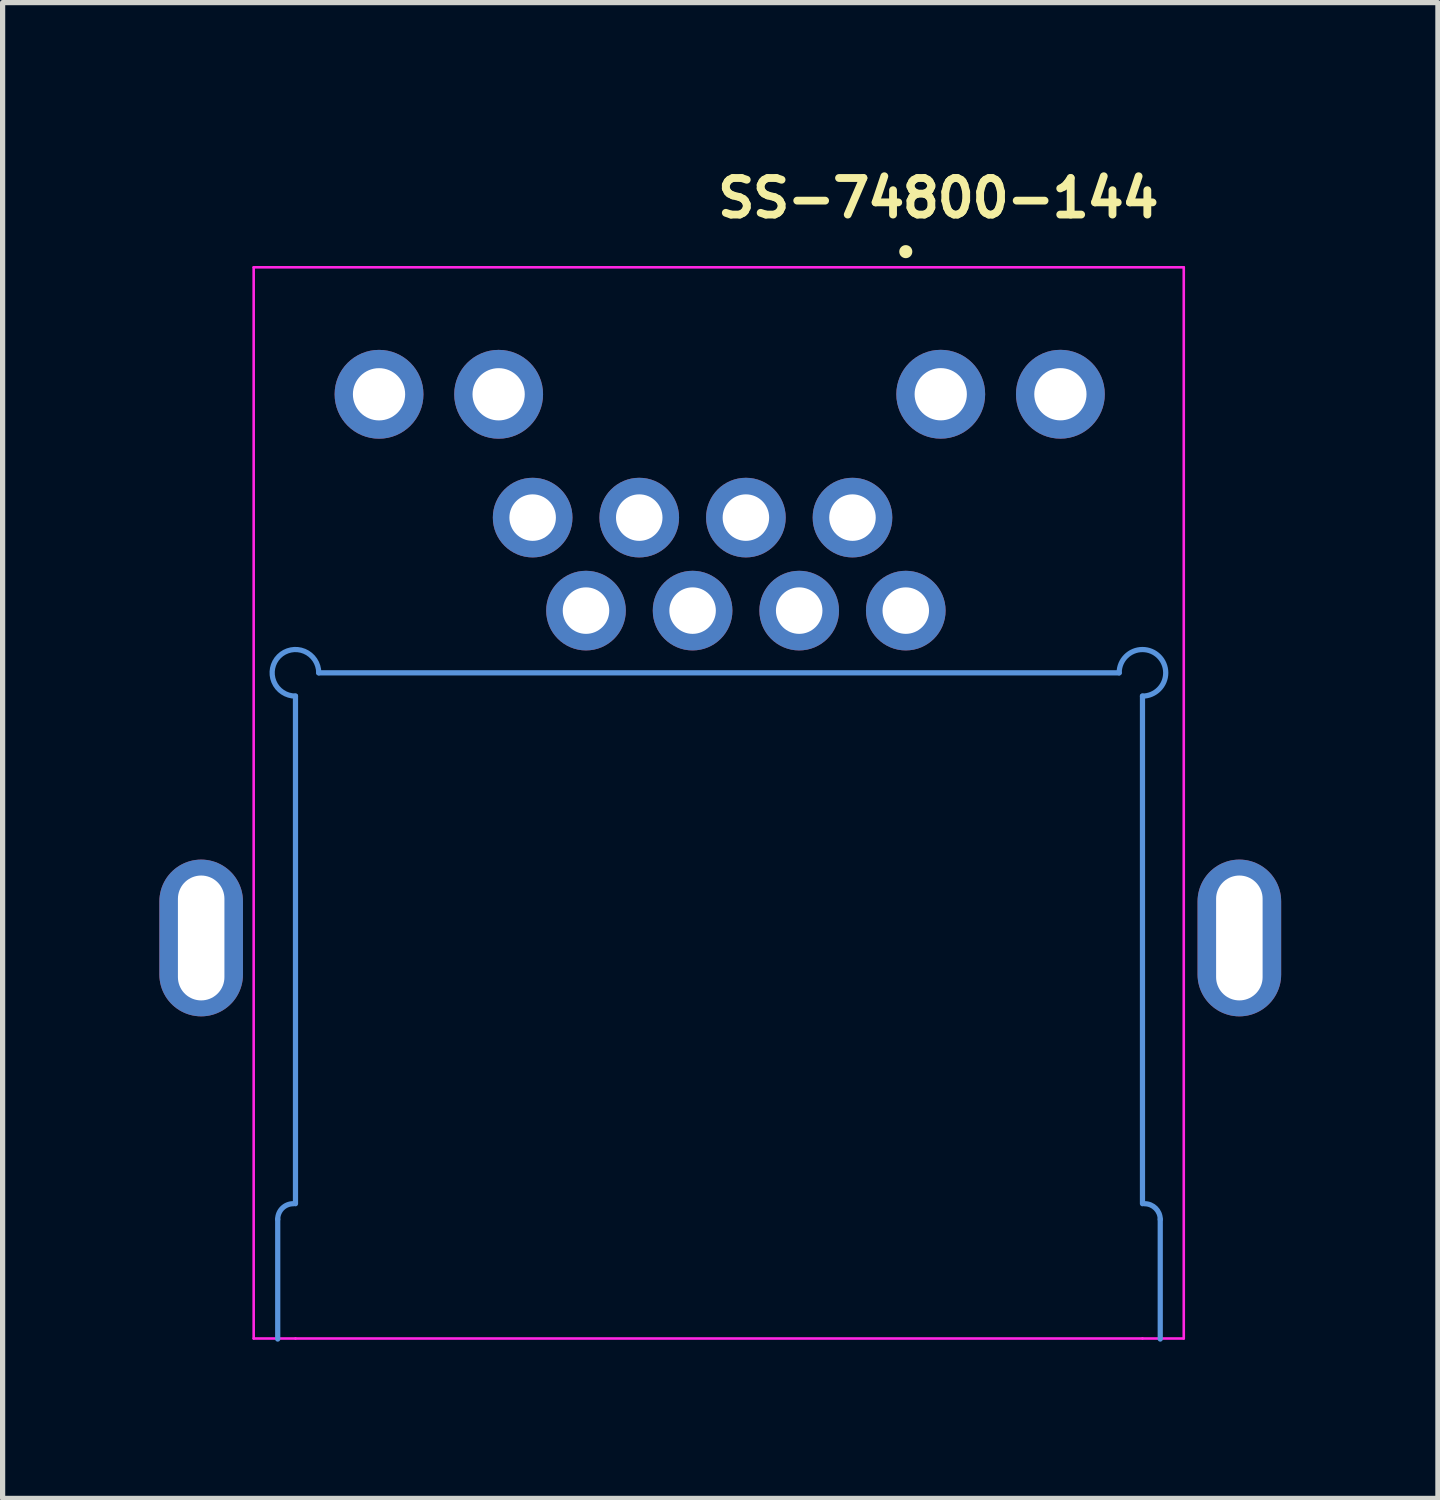
<source format=kicad_pcb>
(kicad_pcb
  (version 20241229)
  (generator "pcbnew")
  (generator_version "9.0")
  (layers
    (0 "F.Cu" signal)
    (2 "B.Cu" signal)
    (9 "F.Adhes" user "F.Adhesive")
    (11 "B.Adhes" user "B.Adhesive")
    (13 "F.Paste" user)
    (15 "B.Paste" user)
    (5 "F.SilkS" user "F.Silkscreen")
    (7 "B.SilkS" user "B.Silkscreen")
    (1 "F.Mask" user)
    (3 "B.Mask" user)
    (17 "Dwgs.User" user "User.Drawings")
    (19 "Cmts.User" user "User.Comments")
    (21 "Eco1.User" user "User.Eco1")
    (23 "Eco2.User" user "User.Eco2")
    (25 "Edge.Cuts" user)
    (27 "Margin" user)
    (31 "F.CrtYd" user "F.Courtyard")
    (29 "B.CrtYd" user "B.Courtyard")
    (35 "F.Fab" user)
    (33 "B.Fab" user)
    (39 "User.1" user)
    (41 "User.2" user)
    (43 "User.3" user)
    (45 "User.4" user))
  (footprint "SS-74800-144"
    (layer "F.Cu")
    (at 14.285 8.636)
    (property "Reference" "SS-74800-144" (at -3.676 -7.486 0) (layer "F.SilkS") (effects (font (size 0.7 0.7) (thickness 0.15)) (justify left bottom)))
    (attr through_hole)
    (fp_circle (center 0 -6.87) (end 0.05 -6.87) (stroke (width 0.15) (type solid)) (fill yes) (layer "F.SilkS"))
    (fp_line (start -12.02 13.941) (end -12.02 11.65) (stroke (width 0.1) (type solid)) (layer "Cmts.User"))
    (fp_line (start -11.68 11.351) (end -11.68 1.636) (stroke (width 0.1) (type solid)) (layer "Cmts.User"))
    (fp_line (start -11.235 1.191) (end 4.084 1.191) (stroke (width 0.1) (type solid)) (layer "Cmts.User"))
    (fp_line (start 4.53 1.636) (end 4.53 11.351) (stroke (width 0.1) (type solid)) (layer "Cmts.User"))
    (fp_line (start 4.87 11.65) (end 4.87 13.941) (stroke (width 0.1) (type solid)) (layer "Cmts.User"))
    (fp_arc (start -12.02 11.65) (mid -11.933 11.438) (end -11.721 11.351) (stroke (width 0.1) (type solid)) (layer "Cmts.User"))
    (fp_arc (start -11.68 1.636) (mid -11.996 0.875) (end -11.235 1.191) (stroke (width 0.1) (type solid)) (layer "Cmts.User"))
    (fp_arc (start 4.084 1.191) (mid 4.844 0.875) (end 4.53 1.636) (stroke (width 0.1) (type solid)) (layer "Cmts.User"))
    (fp_arc (start 4.57 11.351) (mid 4.781 11.438) (end 4.87 11.65) (stroke (width 0.1) (type solid)) (layer "Cmts.User"))
    (fp_line (start -11.721 11.351) (end -11.68 11.351) (stroke (width 0.1) (type solid)) (layer "Margin"))
    (fp_line (start 4.53 11.351) (end 4.57 11.351) (stroke (width 0.1) (type solid)) (layer "Margin"))
    (fp_line (start -12.48 -6.57) (end 5.32 -6.57) (stroke (width 0.05) (type solid)) (layer "F.CrtYd"))
    (fp_line (start -12.48 13.93) (end -12.48 -6.57) (stroke (width 0.05) (type solid)) (layer "F.CrtYd"))
    (fp_line (start -12.02 13.93) (end -12.48 13.93) (stroke (width 0.05) (type solid)) (layer "F.CrtYd"))
    (fp_line (start -11.68 13.93) (end -12.02 13.93) (stroke (width 0.05) (type solid)) (layer "F.CrtYd"))
    (fp_line (start 4.53 13.93) (end -11.68 13.93) (stroke (width 0.05) (type solid)) (layer "F.CrtYd"))
    (fp_line (start 4.87 13.93) (end 4.53 13.93) (stroke (width 0.05) (type solid)) (layer "F.CrtYd"))
    (fp_line (start 4.87 13.93) (end 5.32 13.93) (stroke (width 0.05) (type solid)) (layer "F.CrtYd"))
    (fp_line (start 5.32 13.93) (end 5.32 -6.57) (stroke (width 0.05) (type solid)) (layer "F.CrtYd"))
    (pad "1" thru_hole circle (at 0 0) (size 1.524 1.524) (drill 0.89) (layers "*.Cu" "*.Mask"))
    (pad "2" thru_hole circle (at -1.02 -1.78) (size 1.524 1.524) (drill 0.89) (layers "*.Cu" "*.Mask"))
    (pad "3" thru_hole circle (at -2.04 0) (size 1.524 1.524) (drill 0.89) (layers "*.Cu" "*.Mask"))
    (pad "4" thru_hole circle (at -3.06 -1.78) (size 1.524 1.524) (drill 0.89) (layers "*.Cu" "*.Mask"))
    (pad "5" thru_hole circle (at -4.08 0) (size 1.524 1.524) (drill 0.89) (layers "*.Cu" "*.Mask"))
    (pad "6" thru_hole circle (at -5.101 -1.78) (size 1.524 1.524) (drill 0.89) (layers "*.Cu" "*.Mask"))
    (pad "7" thru_hole circle (at -6.12 0) (size 1.524 1.524) (drill 0.89) (layers "*.Cu" "*.Mask"))
    (pad "8" thru_hole circle (at -7.141 -1.78) (size 1.524 1.524) (drill 0.89) (layers "*.Cu" "*.Mask"))
    (pad "9" thru_hole circle (at 2.959 -4.141) (size 1.7 1.7) (drill 1) (layers "*.Cu" "*.Mask"))
    (pad "10" thru_hole circle (at 0.669 -4.141) (size 1.7 1.7) (drill 1) (layers "*.Cu" "*.Mask"))
    (pad "11" thru_hole circle (at -7.792 -4.14) (size 1.7 1.7) (drill 1) (layers "*.Cu" "*.Mask"))
    (pad "12" thru_hole circle (at -10.081 -4.14) (size 1.7 1.7) (drill 1) (layers "*.Cu" "*.Mask"))
    (pad "SH" thru_hole oval (at -13.485 6.265) (size 1.6 3) (drill oval 0.89 2.39) (layers "*.Cu" "*.Mask"))
    (pad "SH" thru_hole oval (at 6.384 6.265) (size 1.6 3) (drill oval 0.89 2.39) (layers "*.Cu" "*.Mask")))
  (gr_rect
    (start -3 -3)
    (end 24.469 25.627)
    (stroke (width 0.1) (type default))
    (fill no)
    (layer "Edge.Cuts")))
</source>
